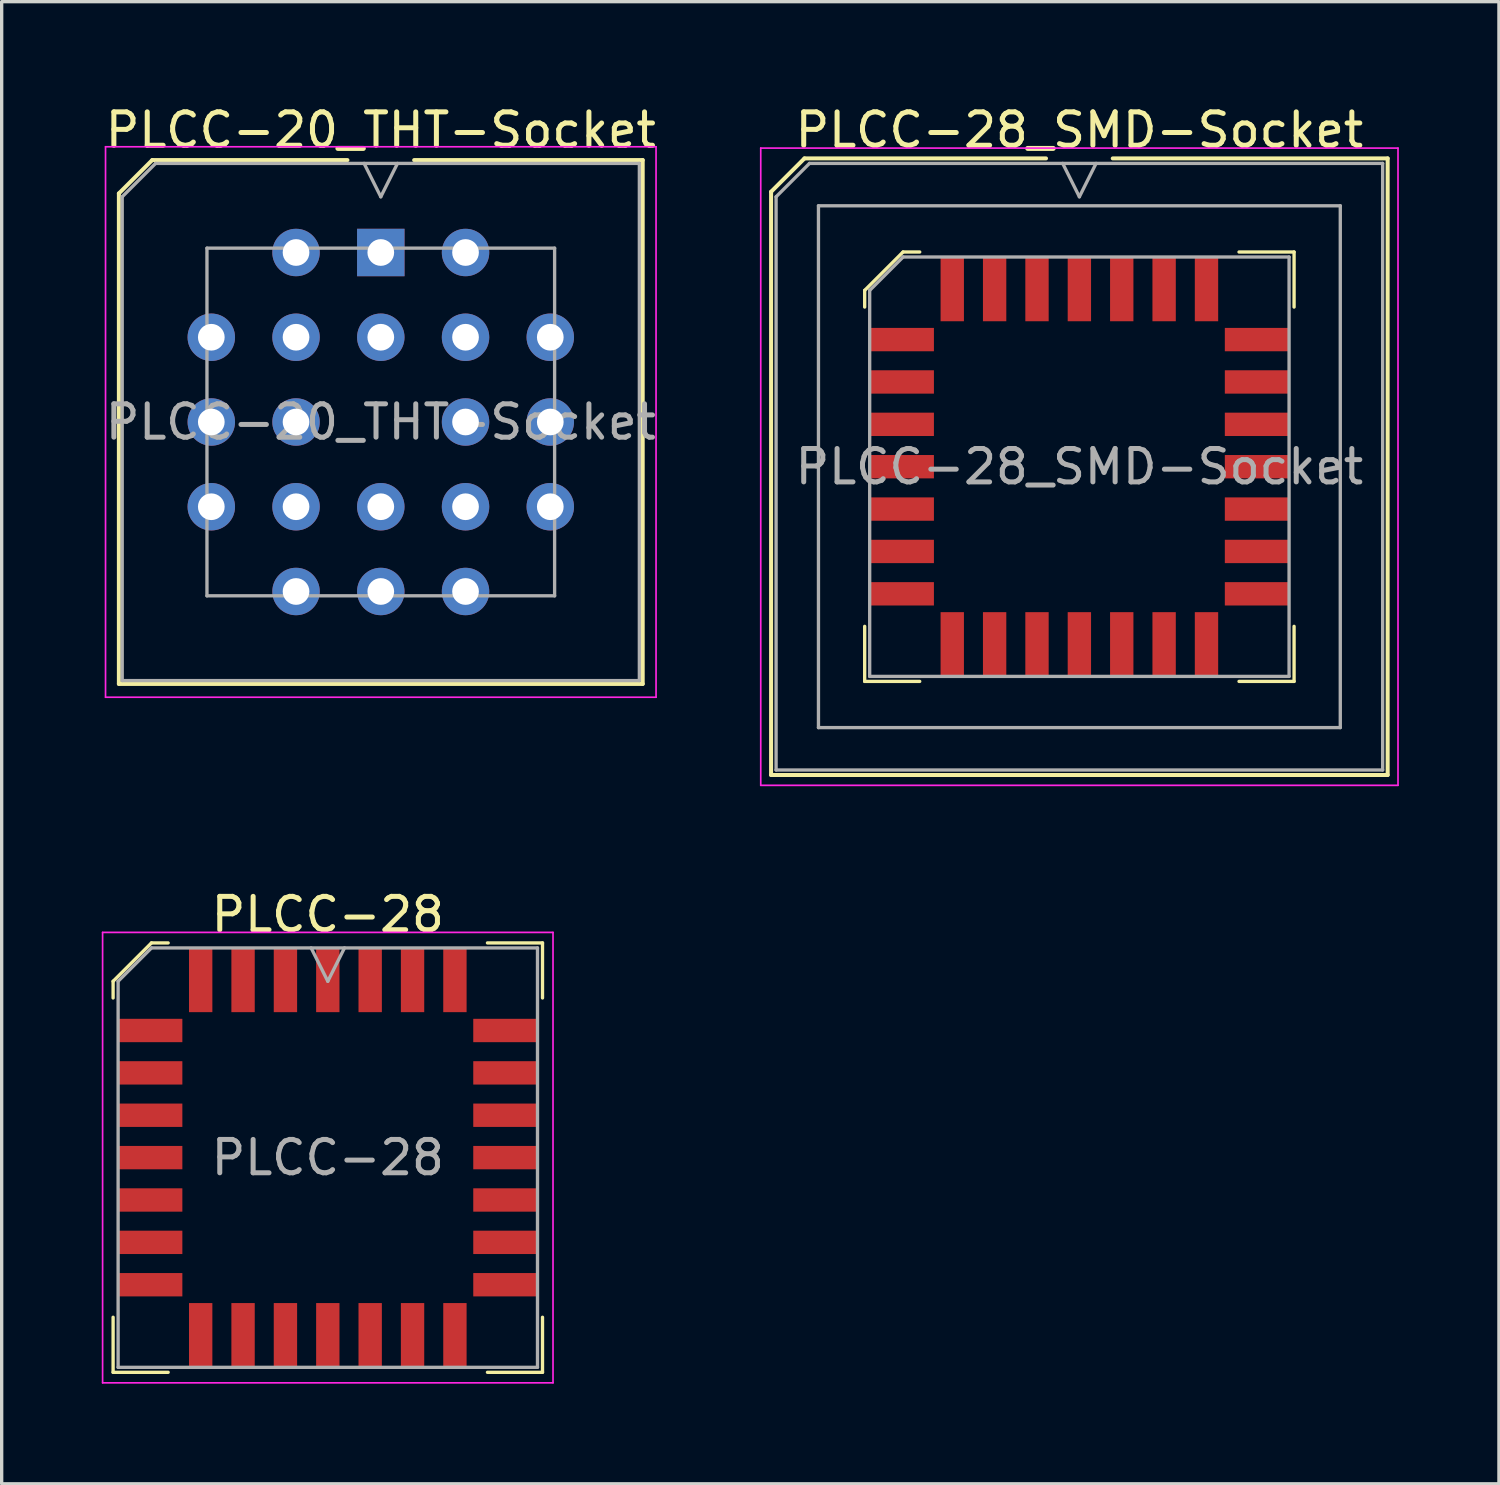
<source format=kicad_pcb>
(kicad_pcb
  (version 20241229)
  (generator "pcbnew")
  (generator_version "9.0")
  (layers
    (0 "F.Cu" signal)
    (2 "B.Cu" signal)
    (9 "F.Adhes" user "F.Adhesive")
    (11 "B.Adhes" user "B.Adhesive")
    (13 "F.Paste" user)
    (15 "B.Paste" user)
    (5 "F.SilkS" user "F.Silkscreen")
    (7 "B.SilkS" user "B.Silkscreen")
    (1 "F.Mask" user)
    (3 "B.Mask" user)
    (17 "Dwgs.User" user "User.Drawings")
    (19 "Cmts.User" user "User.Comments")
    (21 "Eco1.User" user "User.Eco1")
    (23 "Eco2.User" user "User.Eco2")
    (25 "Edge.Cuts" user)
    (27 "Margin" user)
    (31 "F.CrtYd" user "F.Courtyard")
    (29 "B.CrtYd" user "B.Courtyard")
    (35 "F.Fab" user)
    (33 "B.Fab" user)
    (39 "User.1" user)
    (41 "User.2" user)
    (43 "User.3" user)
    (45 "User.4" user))
  (footprint "PLCC-28_SMD-Socket"
    (layer "F.Cu")
    (at 29.301 10.938)
    (property "Reference" "PLCC-28_SMD-Socket" (at 0 -10.09 0) (layer "F.SilkS") (effects (font (size 1 1) (thickness 0.15))))
    (attr smd)
    (fp_line (start -9.24 -8.24) (end -9.24 9.24) (stroke (width 0.12) (type solid)) (layer "F.SilkS"))
    (fp_line (start -9.24 9.24) (end 9.24 9.24) (stroke (width 0.12) (type solid)) (layer "F.SilkS"))
    (fp_line (start -8.24 -9.24) (end -9.24 -8.24) (stroke (width 0.12) (type solid)) (layer "F.SilkS"))
    (fp_line (start -6.435 -5.285) (end -6.435 -4.785) (stroke (width 0.1) (type solid)) (layer "F.SilkS"))
    (fp_line (start -6.435 6.435) (end -6.435 4.785) (stroke (width 0.1) (type solid)) (layer "F.SilkS"))
    (fp_line (start -5.285 -6.435) (end -6.435 -5.285) (stroke (width 0.1) (type solid)) (layer "F.SilkS"))
    (fp_line (start -4.785 -6.435) (end -5.285 -6.435) (stroke (width 0.1) (type solid)) (layer "F.SilkS"))
    (fp_line (start -4.785 6.435) (end -6.435 6.435) (stroke (width 0.1) (type solid)) (layer "F.SilkS"))
    (fp_line (start -1 -9.24) (end -8.24 -9.24) (stroke (width 0.12) (type solid)) (layer "F.SilkS"))
    (fp_line (start 4.785 -6.435) (end 6.435 -6.435) (stroke (width 0.1) (type solid)) (layer "F.SilkS"))
    (fp_line (start 4.785 6.435) (end 6.435 6.435) (stroke (width 0.1) (type solid)) (layer "F.SilkS"))
    (fp_line (start 6.435 -6.435) (end 6.435 -4.785) (stroke (width 0.1) (type solid)) (layer "F.SilkS"))
    (fp_line (start 6.435 6.435) (end 6.435 4.785) (stroke (width 0.1) (type solid)) (layer "F.SilkS"))
    (fp_line (start 9.24 -9.24) (end 1 -9.24) (stroke (width 0.12) (type solid)) (layer "F.SilkS"))
    (fp_line (start 9.24 9.24) (end 9.24 -9.24) (stroke (width 0.12) (type solid)) (layer "F.SilkS"))
    (fp_line (start -9.55 -9.55) (end -9.55 9.55) (stroke (width 0.05) (type solid)) (layer "F.CrtYd"))
    (fp_line (start -9.55 9.55) (end 9.55 9.55) (stroke (width 0.05) (type solid)) (layer "F.CrtYd"))
    (fp_line (start 9.55 -9.55) (end -9.55 -9.55) (stroke (width 0.05) (type solid)) (layer "F.CrtYd"))
    (fp_line (start 9.55 9.55) (end 9.55 -9.55) (stroke (width 0.05) (type solid)) (layer "F.CrtYd"))
    (fp_line (start -9.09 -8.09) (end -9.09 9.09) (stroke (width 0.1) (type solid)) (layer "F.Fab"))
    (fp_line (start -9.09 9.09) (end 9.09 9.09) (stroke (width 0.1) (type solid)) (layer "F.Fab"))
    (fp_line (start -8.09 -9.09) (end -9.09 -8.09) (stroke (width 0.1) (type solid)) (layer "F.Fab"))
    (fp_line (start -7.82 -7.82) (end -7.82 7.82) (stroke (width 0.1) (type solid)) (layer "F.Fab"))
    (fp_line (start -7.82 7.82) (end 7.82 7.82) (stroke (width 0.1) (type solid)) (layer "F.Fab"))
    (fp_line (start -6.285 -5.285) (end -6.285 6.285) (stroke (width 0.1) (type solid)) (layer "F.Fab"))
    (fp_line (start -6.285 6.285) (end 6.285 6.285) (stroke (width 0.1) (type solid)) (layer "F.Fab"))
    (fp_line (start -5.285 -6.285) (end -6.285 -5.285) (stroke (width 0.1) (type solid)) (layer "F.Fab"))
    (fp_line (start -0.5 -9.09) (end 0 -8.09) (stroke (width 0.1) (type solid)) (layer "F.Fab"))
    (fp_line (start 0 -8.09) (end 0.5 -9.09) (stroke (width 0.1) (type solid)) (layer "F.Fab"))
    (fp_line (start 6.285 -6.285) (end -5.285 -6.285) (stroke (width 0.1) (type solid)) (layer "F.Fab"))
    (fp_line (start 6.285 6.285) (end 6.285 -6.285) (stroke (width 0.1) (type solid)) (layer "F.Fab"))
    (fp_line (start 7.82 -7.82) (end -7.82 -7.82) (stroke (width 0.1) (type solid)) (layer "F.Fab"))
    (fp_line (start 7.82 7.82) (end 7.82 -7.82) (stroke (width 0.1) (type solid)) (layer "F.Fab"))
    (fp_line (start 9.09 -9.09) (end -8.09 -9.09) (stroke (width 0.1) (type solid)) (layer "F.Fab"))
    (fp_line (start 9.09 9.09) (end 9.09 -9.09) (stroke (width 0.1) (type solid)) (layer "F.Fab"))
    (fp_text user "${REFERENCE}" (at 0 0 0) (layer "F.Fab") (effects (font (size 1 1) (thickness 0.15))))
    (pad "1" smd rect (at 0 -5.322) (size 0.7 1.925) (layers "F.Cu" "F.Mask" "F.Paste"))
    (pad "2" smd rect (at -1.27 -5.322) (size 0.7 1.925) (layers "F.Cu" "F.Mask" "F.Paste"))
    (pad "3" smd rect (at -2.54 -5.322) (size 0.7 1.925) (layers "F.Cu" "F.Mask" "F.Paste"))
    (pad "4" smd rect (at -3.81 -5.322) (size 0.7 1.925) (layers "F.Cu" "F.Mask" "F.Paste"))
    (pad "5" smd rect (at -5.322 -3.81) (size 1.925 0.7) (layers "F.Cu" "F.Mask" "F.Paste"))
    (pad "6" smd rect (at -5.322 -2.54) (size 1.925 0.7) (layers "F.Cu" "F.Mask" "F.Paste"))
    (pad "7" smd rect (at -5.322 -1.27) (size 1.925 0.7) (layers "F.Cu" "F.Mask" "F.Paste"))
    (pad "8" smd rect (at -5.322 0) (size 1.925 0.7) (layers "F.Cu" "F.Mask" "F.Paste"))
    (pad "9" smd rect (at -5.322 1.27) (size 1.925 0.7) (layers "F.Cu" "F.Mask" "F.Paste"))
    (pad "10" smd rect (at -5.322 2.54) (size 1.925 0.7) (layers "F.Cu" "F.Mask" "F.Paste"))
    (pad "11" smd rect (at -5.322 3.81) (size 1.925 0.7) (layers "F.Cu" "F.Mask" "F.Paste"))
    (pad "12" smd rect (at -3.81 5.322) (size 0.7 1.925) (layers "F.Cu" "F.Mask" "F.Paste"))
    (pad "13" smd rect (at -2.54 5.322) (size 0.7 1.925) (layers "F.Cu" "F.Mask" "F.Paste"))
    (pad "14" smd rect (at -1.27 5.322) (size 0.7 1.925) (layers "F.Cu" "F.Mask" "F.Paste"))
    (pad "15" smd rect (at 0 5.322) (size 0.7 1.925) (layers "F.Cu" "F.Mask" "F.Paste"))
    (pad "16" smd rect (at 1.27 5.322) (size 0.7 1.925) (layers "F.Cu" "F.Mask" "F.Paste"))
    (pad "17" smd rect (at 2.54 5.322) (size 0.7 1.925) (layers "F.Cu" "F.Mask" "F.Paste"))
    (pad "18" smd rect (at 3.81 5.322) (size 0.7 1.925) (layers "F.Cu" "F.Mask" "F.Paste"))
    (pad "19" smd rect (at 5.322 3.81) (size 1.925 0.7) (layers "F.Cu" "F.Mask" "F.Paste"))
    (pad "20" smd rect (at 5.322 2.54) (size 1.925 0.7) (layers "F.Cu" "F.Mask" "F.Paste"))
    (pad "21" smd rect (at 5.322 1.27) (size 1.925 0.7) (layers "F.Cu" "F.Mask" "F.Paste"))
    (pad "22" smd rect (at 5.322 0) (size 1.925 0.7) (layers "F.Cu" "F.Mask" "F.Paste"))
    (pad "23" smd rect (at 5.322 -1.27) (size 1.925 0.7) (layers "F.Cu" "F.Mask" "F.Paste"))
    (pad "24" smd rect (at 5.322 -2.54) (size 1.925 0.7) (layers "F.Cu" "F.Mask" "F.Paste"))
    (pad "25" smd rect (at 5.322 -3.81) (size 1.925 0.7) (layers "F.Cu" "F.Mask" "F.Paste"))
    (pad "26" smd rect (at 3.81 -5.322) (size 0.7 1.925) (layers "F.Cu" "F.Mask" "F.Paste"))
    (pad "27" smd rect (at 2.54 -5.322) (size 0.7 1.925) (layers "F.Cu" "F.Mask" "F.Paste"))
    (pad "28" smd rect (at 1.27 -5.322) (size 0.7 1.925) (layers "F.Cu" "F.Mask" "F.Paste")))
  (footprint "PLCC-20_THT-Socket"
    (layer "F.Cu")
    (at 8.363 4.518)
    (property "Reference" "PLCC-20_THT-Socket" (at 0 -3.67 0) (layer "F.SilkS") (effects (font (size 1 1) (thickness 0.15))))
    (attr through_hole)
    (fp_line (start -7.85 -1.77) (end -7.85 12.93) (stroke (width 0.12) (type solid)) (layer "F.SilkS"))
    (fp_line (start -7.85 12.93) (end 7.85 12.93) (stroke (width 0.12) (type solid)) (layer "F.SilkS"))
    (fp_line (start -6.85 -2.77) (end -7.85 -1.77) (stroke (width 0.12) (type solid)) (layer "F.SilkS"))
    (fp_line (start -1 -2.77) (end -6.85 -2.77) (stroke (width 0.12) (type solid)) (layer "F.SilkS"))
    (fp_line (start 7.85 -2.77) (end 1 -2.77) (stroke (width 0.12) (type solid)) (layer "F.SilkS"))
    (fp_line (start 7.85 12.93) (end 7.85 -2.77) (stroke (width 0.12) (type solid)) (layer "F.SilkS"))
    (fp_line (start -8.25 -3.17) (end -8.25 13.33) (stroke (width 0.05) (type solid)) (layer "F.CrtYd"))
    (fp_line (start -8.25 13.33) (end 8.25 13.33) (stroke (width 0.05) (type solid)) (layer "F.CrtYd"))
    (fp_line (start 8.25 -3.17) (end -8.25 -3.17) (stroke (width 0.05) (type solid)) (layer "F.CrtYd"))
    (fp_line (start 8.25 13.33) (end 8.25 -3.17) (stroke (width 0.05) (type solid)) (layer "F.CrtYd"))
    (fp_line (start -7.75 -1.67) (end -7.75 12.83) (stroke (width 0.1) (type solid)) (layer "F.Fab"))
    (fp_line (start -7.75 12.83) (end 7.75 12.83) (stroke (width 0.1) (type solid)) (layer "F.Fab"))
    (fp_line (start -6.75 -2.67) (end -7.75 -1.67) (stroke (width 0.1) (type solid)) (layer "F.Fab"))
    (fp_line (start -5.21 -0.13) (end -5.21 10.29) (stroke (width 0.1) (type solid)) (layer "F.Fab"))
    (fp_line (start -5.21 10.29) (end 5.21 10.29) (stroke (width 0.1) (type solid)) (layer "F.Fab"))
    (fp_line (start -0.5 -2.67) (end 0 -1.67) (stroke (width 0.1) (type solid)) (layer "F.Fab"))
    (fp_line (start 0 -1.67) (end 0.5 -2.67) (stroke (width 0.1) (type solid)) (layer "F.Fab"))
    (fp_line (start 5.21 -0.13) (end -5.21 -0.13) (stroke (width 0.1) (type solid)) (layer "F.Fab"))
    (fp_line (start 5.21 10.29) (end 5.21 -0.13) (stroke (width 0.1) (type solid)) (layer "F.Fab"))
    (fp_line (start 7.75 -2.67) (end -6.75 -2.67) (stroke (width 0.1) (type solid)) (layer "F.Fab"))
    (fp_line (start 7.75 12.83) (end 7.75 -2.67) (stroke (width 0.1) (type solid)) (layer "F.Fab"))
    (fp_text user "${REFERENCE}" (at 0 5.08 0) (layer "F.Fab") (effects (font (size 1 1) (thickness 0.15))))
    (pad "1" thru_hole rect (at 0 0) (size 1.422 1.422) (drill 0.8) (layers "*.Cu" "*.Mask"))
    (pad "2" thru_hole circle (at 0 2.54) (size 1.422 1.422) (drill 0.8) (layers "*.Cu" "*.Mask"))
    (pad "3" thru_hole circle (at -2.54 0) (size 1.422 1.422) (drill 0.8) (layers "*.Cu" "*.Mask"))
    (pad "4" thru_hole circle (at -5.08 2.54) (size 1.422 1.422) (drill 0.8) (layers "*.Cu" "*.Mask"))
    (pad "5" thru_hole circle (at -2.54 2.54) (size 1.422 1.422) (drill 0.8) (layers "*.Cu" "*.Mask"))
    (pad "6" thru_hole circle (at -5.08 5.08) (size 1.422 1.422) (drill 0.8) (layers "*.Cu" "*.Mask"))
    (pad "7" thru_hole circle (at -2.54 5.08) (size 1.422 1.422) (drill 0.8) (layers "*.Cu" "*.Mask"))
    (pad "8" thru_hole circle (at -5.08 7.62) (size 1.422 1.422) (drill 0.8) (layers "*.Cu" "*.Mask"))
    (pad "9" thru_hole circle (at -2.54 10.16) (size 1.422 1.422) (drill 0.8) (layers "*.Cu" "*.Mask"))
    (pad "10" thru_hole circle (at -2.54 7.62) (size 1.422 1.422) (drill 0.8) (layers "*.Cu" "*.Mask"))
    (pad "11" thru_hole circle (at 0 10.16) (size 1.422 1.422) (drill 0.8) (layers "*.Cu" "*.Mask"))
    (pad "12" thru_hole circle (at 0 7.62) (size 1.422 1.422) (drill 0.8) (layers "*.Cu" "*.Mask"))
    (pad "13" thru_hole circle (at 2.54 10.16) (size 1.422 1.422) (drill 0.8) (layers "*.Cu" "*.Mask"))
    (pad "14" thru_hole circle (at 5.08 7.62) (size 1.422 1.422) (drill 0.8) (layers "*.Cu" "*.Mask"))
    (pad "15" thru_hole circle (at 2.54 7.62) (size 1.422 1.422) (drill 0.8) (layers "*.Cu" "*.Mask"))
    (pad "16" thru_hole circle (at 5.08 5.08) (size 1.422 1.422) (drill 0.8) (layers "*.Cu" "*.Mask"))
    (pad "17" thru_hole circle (at 2.54 5.08) (size 1.422 1.422) (drill 0.8) (layers "*.Cu" "*.Mask"))
    (pad "18" thru_hole circle (at 5.08 2.54) (size 1.422 1.422) (drill 0.8) (layers "*.Cu" "*.Mask"))
    (pad "19" thru_hole circle (at 2.54 0) (size 1.422 1.422) (drill 0.8) (layers "*.Cu" "*.Mask"))
    (pad "20" thru_hole circle (at 2.54 2.54) (size 1.422 1.422) (drill 0.8) (layers "*.Cu" "*.Mask")))
  (footprint "PLCC-28"
    (layer "F.Cu")
    (at 6.775 31.646)
    (property "Reference" "PLCC-28" (at 0 -7.285 0) (layer "F.SilkS") (effects (font (size 1 1) (thickness 0.15))))
    (attr smd)
    (fp_line (start -6.435 -5.285) (end -6.435 -4.785) (stroke (width 0.1) (type solid)) (layer "F.SilkS"))
    (fp_line (start -6.435 6.435) (end -6.435 4.785) (stroke (width 0.1) (type solid)) (layer "F.SilkS"))
    (fp_line (start -5.285 -6.435) (end -6.435 -5.285) (stroke (width 0.1) (type solid)) (layer "F.SilkS"))
    (fp_line (start -4.785 -6.435) (end -5.285 -6.435) (stroke (width 0.1) (type solid)) (layer "F.SilkS"))
    (fp_line (start -4.785 6.435) (end -6.435 6.435) (stroke (width 0.1) (type solid)) (layer "F.SilkS"))
    (fp_line (start 4.785 -6.435) (end 6.435 -6.435) (stroke (width 0.1) (type solid)) (layer "F.SilkS"))
    (fp_line (start 4.785 6.435) (end 6.435 6.435) (stroke (width 0.1) (type solid)) (layer "F.SilkS"))
    (fp_line (start 6.435 -6.435) (end 6.435 -4.785) (stroke (width 0.1) (type solid)) (layer "F.SilkS"))
    (fp_line (start 6.435 6.435) (end 6.435 4.785) (stroke (width 0.1) (type solid)) (layer "F.SilkS"))
    (fp_line (start -6.75 -6.75) (end -6.75 6.75) (stroke (width 0.05) (type solid)) (layer "F.CrtYd"))
    (fp_line (start -6.75 6.75) (end 6.75 6.75) (stroke (width 0.05) (type solid)) (layer "F.CrtYd"))
    (fp_line (start 6.75 -6.75) (end -6.75 -6.75) (stroke (width 0.05) (type solid)) (layer "F.CrtYd"))
    (fp_line (start 6.75 6.75) (end 6.75 -6.75) (stroke (width 0.05) (type solid)) (layer "F.CrtYd"))
    (fp_line (start -6.285 -5.285) (end -6.285 6.285) (stroke (width 0.1) (type solid)) (layer "F.Fab"))
    (fp_line (start -6.285 6.285) (end 6.285 6.285) (stroke (width 0.1) (type solid)) (layer "F.Fab"))
    (fp_line (start -5.285 -6.285) (end -6.285 -5.285) (stroke (width 0.1) (type solid)) (layer "F.Fab"))
    (fp_line (start -0.5 -6.285) (end 0 -5.285) (stroke (width 0.1) (type solid)) (layer "F.Fab"))
    (fp_line (start 0 -5.285) (end 0.5 -6.285) (stroke (width 0.1) (type solid)) (layer "F.Fab"))
    (fp_line (start 6.285 -6.285) (end -5.285 -6.285) (stroke (width 0.1) (type solid)) (layer "F.Fab"))
    (fp_line (start 6.285 6.285) (end 6.285 -6.285) (stroke (width 0.1) (type solid)) (layer "F.Fab"))
    (fp_text user "${REFERENCE}" (at 0 0 0) (layer "F.Fab") (effects (font (size 1 1) (thickness 0.15))))
    (pad "1" smd rect (at 0 -5.322) (size 0.7 1.925) (layers "F.Cu" "F.Mask" "F.Paste"))
    (pad "2" smd rect (at -1.27 -5.322) (size 0.7 1.925) (layers "F.Cu" "F.Mask" "F.Paste"))
    (pad "3" smd rect (at -2.54 -5.322) (size 0.7 1.925) (layers "F.Cu" "F.Mask" "F.Paste"))
    (pad "4" smd rect (at -3.81 -5.322) (size 0.7 1.925) (layers "F.Cu" "F.Mask" "F.Paste"))
    (pad "5" smd rect (at -5.322 -3.81) (size 1.925 0.7) (layers "F.Cu" "F.Mask" "F.Paste"))
    (pad "6" smd rect (at -5.322 -2.54) (size 1.925 0.7) (layers "F.Cu" "F.Mask" "F.Paste"))
    (pad "7" smd rect (at -5.322 -1.27) (size 1.925 0.7) (layers "F.Cu" "F.Mask" "F.Paste"))
    (pad "8" smd rect (at -5.322 0) (size 1.925 0.7) (layers "F.Cu" "F.Mask" "F.Paste"))
    (pad "9" smd rect (at -5.322 1.27) (size 1.925 0.7) (layers "F.Cu" "F.Mask" "F.Paste"))
    (pad "10" smd rect (at -5.322 2.54) (size 1.925 0.7) (layers "F.Cu" "F.Mask" "F.Paste"))
    (pad "11" smd rect (at -5.322 3.81) (size 1.925 0.7) (layers "F.Cu" "F.Mask" "F.Paste"))
    (pad "12" smd rect (at -3.81 5.322) (size 0.7 1.925) (layers "F.Cu" "F.Mask" "F.Paste"))
    (pad "13" smd rect (at -2.54 5.322) (size 0.7 1.925) (layers "F.Cu" "F.Mask" "F.Paste"))
    (pad "14" smd rect (at -1.27 5.322) (size 0.7 1.925) (layers "F.Cu" "F.Mask" "F.Paste"))
    (pad "15" smd rect (at 0 5.322) (size 0.7 1.925) (layers "F.Cu" "F.Mask" "F.Paste"))
    (pad "16" smd rect (at 1.27 5.322) (size 0.7 1.925) (layers "F.Cu" "F.Mask" "F.Paste"))
    (pad "17" smd rect (at 2.54 5.322) (size 0.7 1.925) (layers "F.Cu" "F.Mask" "F.Paste"))
    (pad "18" smd rect (at 3.81 5.322) (size 0.7 1.925) (layers "F.Cu" "F.Mask" "F.Paste"))
    (pad "19" smd rect (at 5.322 3.81) (size 1.925 0.7) (layers "F.Cu" "F.Mask" "F.Paste"))
    (pad "20" smd rect (at 5.322 2.54) (size 1.925 0.7) (layers "F.Cu" "F.Mask" "F.Paste"))
    (pad "21" smd rect (at 5.322 1.27) (size 1.925 0.7) (layers "F.Cu" "F.Mask" "F.Paste"))
    (pad "22" smd rect (at 5.322 0) (size 1.925 0.7) (layers "F.Cu" "F.Mask" "F.Paste"))
    (pad "23" smd rect (at 5.322 -1.27) (size 1.925 0.7) (layers "F.Cu" "F.Mask" "F.Paste"))
    (pad "24" smd rect (at 5.322 -2.54) (size 1.925 0.7) (layers "F.Cu" "F.Mask" "F.Paste"))
    (pad "25" smd rect (at 5.322 -3.81) (size 1.925 0.7) (layers "F.Cu" "F.Mask" "F.Paste"))
    (pad "26" smd rect (at 3.81 -5.322) (size 0.7 1.925) (layers "F.Cu" "F.Mask" "F.Paste"))
    (pad "27" smd rect (at 2.54 -5.322) (size 0.7 1.925) (layers "F.Cu" "F.Mask" "F.Paste"))
    (pad "28" smd rect (at 1.27 -5.322) (size 0.7 1.925) (layers "F.Cu" "F.Mask" "F.Paste")))
  (gr_rect
    (start -3 -3)
    (end 41.876 41.422)
    (stroke (width 0.1) (type default))
    (fill no)
    (layer "Edge.Cuts")))
</source>
